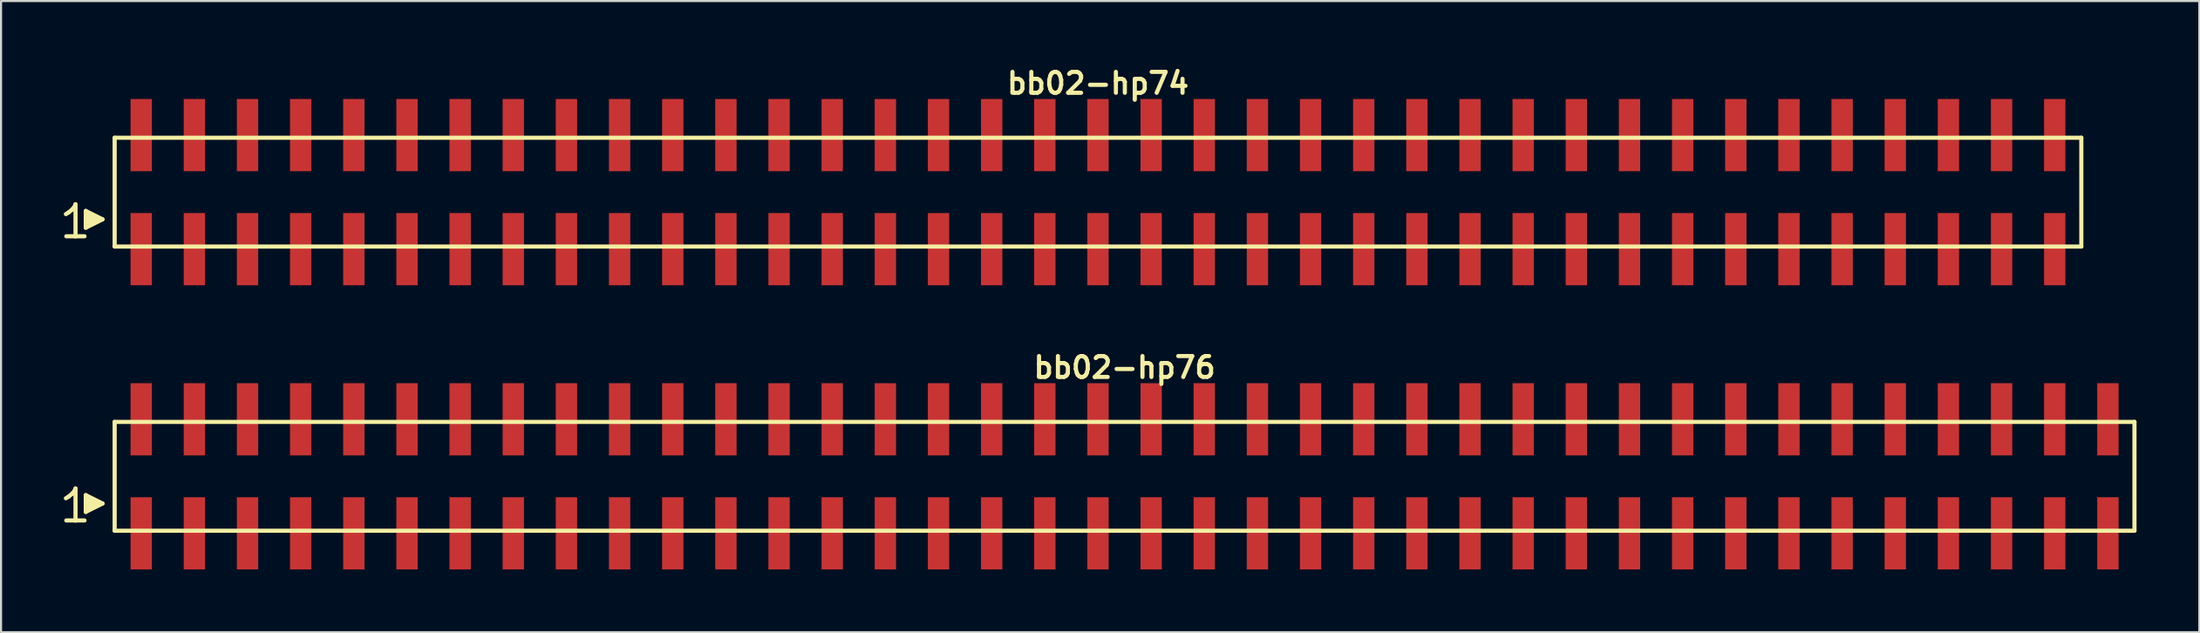
<source format=kicad_pcb>
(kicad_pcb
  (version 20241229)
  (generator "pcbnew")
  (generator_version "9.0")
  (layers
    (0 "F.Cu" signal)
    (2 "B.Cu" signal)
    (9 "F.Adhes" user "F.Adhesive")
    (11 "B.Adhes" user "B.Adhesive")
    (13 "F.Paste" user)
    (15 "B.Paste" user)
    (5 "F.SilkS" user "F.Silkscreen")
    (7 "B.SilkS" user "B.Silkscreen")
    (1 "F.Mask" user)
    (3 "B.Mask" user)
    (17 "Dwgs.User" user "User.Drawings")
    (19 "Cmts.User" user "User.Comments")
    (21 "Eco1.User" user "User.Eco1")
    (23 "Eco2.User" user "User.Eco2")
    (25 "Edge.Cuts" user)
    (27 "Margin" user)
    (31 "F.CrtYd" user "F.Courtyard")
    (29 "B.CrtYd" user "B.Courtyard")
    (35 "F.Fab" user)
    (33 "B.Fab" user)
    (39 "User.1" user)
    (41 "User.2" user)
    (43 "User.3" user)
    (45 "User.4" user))
  (footprint "bb02-hp76"
    (layer "F.Cu")
    (at 50.689 19.713)
    (property "Reference" "bb02-hp76" (at 0 -5.2 0) (layer "F.SilkS") (effects (font (size 0.998 0.998) (thickness 0.198))))
    (attr through_hole)
    (fp_line (start -50.59 1.05) (end -50.46 0.97) (stroke (width 0.198) (type solid)) (layer "F.SilkS"))
    (fp_line (start -50.46 0.97) (end -50.3 0.84) (stroke (width 0.198) (type solid)) (layer "F.SilkS"))
    (fp_line (start -50.3 0.84) (end -50.16 0.67) (stroke (width 0.198) (type solid)) (layer "F.SilkS"))
    (fp_line (start -50.16 0.67) (end -50.13 0.58) (stroke (width 0.198) (type solid)) (layer "F.SilkS"))
    (fp_line (start -50.13 0.58) (end -50.13 2.11) (stroke (width 0.198) (type solid)) (layer "F.SilkS"))
    (fp_line (start -50.13 2.11) (end -50.57 2.11) (stroke (width 0.198) (type solid)) (layer "F.SilkS"))
    (fp_line (start -49.7 2.11) (end -50.14 2.11) (stroke (width 0.198) (type solid)) (layer "F.SilkS"))
    (fp_line (start -49.64 0.9) (end -48.84 1.3) (stroke (width 0.198) (type solid)) (layer "F.SilkS"))
    (fp_line (start -49.64 1.7) (end -49.64 0.9) (stroke (width 0.198) (type solid)) (layer "F.SilkS"))
    (fp_line (start -49.54 1.6) (end -49.54 1) (stroke (width 0.198) (type solid)) (layer "F.SilkS"))
    (fp_line (start -49.44 1.1) (end -49.44 1.5) (stroke (width 0.198) (type solid)) (layer "F.SilkS"))
    (fp_line (start -49.34 1.5) (end -49.34 1.1) (stroke (width 0.198) (type solid)) (layer "F.SilkS"))
    (fp_line (start -49.24 1.2) (end -49.24 1.4) (stroke (width 0.198) (type solid)) (layer "F.SilkS"))
    (fp_line (start -49.14 1.4) (end -49.14 1.2) (stroke (width 0.198) (type solid)) (layer "F.SilkS"))
    (fp_line (start -48.84 1.3) (end -49.64 1.7) (stroke (width 0.198) (type solid)) (layer "F.SilkS"))
    (fp_line (start -48.26 -2.6) (end -48.26 2.6) (stroke (width 0.198) (type solid)) (layer "F.SilkS"))
    (fp_line (start -48.26 -2.6) (end 48.26 -2.6) (stroke (width 0.198) (type solid)) (layer "F.SilkS"))
    (fp_line (start 48.26 2.6) (end -48.26 2.6) (stroke (width 0.198) (type solid)) (layer "F.SilkS"))
    (fp_line (start 48.26 2.6) (end 48.26 -2.6) (stroke (width 0.198) (type solid)) (layer "F.SilkS"))
    (pad "1" smd rect (at -46.99 2.725) (size 1.02 3.45) (layers "F.Cu" "F.Mask" "F.Paste"))
    (pad "2" smd rect (at -46.99 -2.725) (size 1.02 3.45) (layers "F.Cu" "F.Mask" "F.Paste"))
    (pad "3" smd rect (at -44.45 2.725) (size 1.02 3.45) (layers "F.Cu" "F.Mask" "F.Paste"))
    (pad "4" smd rect (at -44.45 -2.725) (size 1.02 3.45) (layers "F.Cu" "F.Mask" "F.Paste"))
    (pad "5" smd rect (at -41.91 2.725) (size 1.02 3.45) (layers "F.Cu" "F.Mask" "F.Paste"))
    (pad "6" smd rect (at -41.91 -2.725) (size 1.02 3.45) (layers "F.Cu" "F.Mask" "F.Paste"))
    (pad "7" smd rect (at -39.37 2.725) (size 1.02 3.45) (layers "F.Cu" "F.Mask" "F.Paste"))
    (pad "8" smd rect (at -39.37 -2.725) (size 1.02 3.45) (layers "F.Cu" "F.Mask" "F.Paste"))
    (pad "9" smd rect (at -36.83 2.725) (size 1.02 3.45) (layers "F.Cu" "F.Mask" "F.Paste"))
    (pad "10" smd rect (at -36.83 -2.725) (size 1.02 3.45) (layers "F.Cu" "F.Mask" "F.Paste"))
    (pad "11" smd rect (at -34.29 2.725) (size 1.02 3.45) (layers "F.Cu" "F.Mask" "F.Paste"))
    (pad "12" smd rect (at -34.29 -2.725) (size 1.02 3.45) (layers "F.Cu" "F.Mask" "F.Paste"))
    (pad "13" smd rect (at -31.75 2.725) (size 1.02 3.45) (layers "F.Cu" "F.Mask" "F.Paste"))
    (pad "14" smd rect (at -31.75 -2.725) (size 1.02 3.45) (layers "F.Cu" "F.Mask" "F.Paste"))
    (pad "15" smd rect (at -29.21 2.725) (size 1.02 3.45) (layers "F.Cu" "F.Mask" "F.Paste"))
    (pad "16" smd rect (at -29.21 -2.725) (size 1.02 3.45) (layers "F.Cu" "F.Mask" "F.Paste"))
    (pad "17" smd rect (at -26.67 2.725) (size 1.02 3.45) (layers "F.Cu" "F.Mask" "F.Paste"))
    (pad "18" smd rect (at -26.67 -2.725) (size 1.02 3.45) (layers "F.Cu" "F.Mask" "F.Paste"))
    (pad "19" smd rect (at -24.13 2.725) (size 1.02 3.45) (layers "F.Cu" "F.Mask" "F.Paste"))
    (pad "20" smd rect (at -24.13 -2.725) (size 1.02 3.45) (layers "F.Cu" "F.Mask" "F.Paste"))
    (pad "21" smd rect (at -21.59 2.725) (size 1.02 3.45) (layers "F.Cu" "F.Mask" "F.Paste"))
    (pad "22" smd rect (at -21.59 -2.725) (size 1.02 3.45) (layers "F.Cu" "F.Mask" "F.Paste"))
    (pad "23" smd rect (at -19.05 2.725) (size 1.02 3.45) (layers "F.Cu" "F.Mask" "F.Paste"))
    (pad "24" smd rect (at -19.05 -2.725) (size 1.02 3.45) (layers "F.Cu" "F.Mask" "F.Paste"))
    (pad "25" smd rect (at -16.51 2.725) (size 1.02 3.45) (layers "F.Cu" "F.Mask" "F.Paste"))
    (pad "26" smd rect (at -16.51 -2.725) (size 1.02 3.45) (layers "F.Cu" "F.Mask" "F.Paste"))
    (pad "27" smd rect (at -13.97 2.725) (size 1.02 3.45) (layers "F.Cu" "F.Mask" "F.Paste"))
    (pad "28" smd rect (at -13.97 -2.725) (size 1.02 3.45) (layers "F.Cu" "F.Mask" "F.Paste"))
    (pad "29" smd rect (at -11.43 2.725) (size 1.02 3.45) (layers "F.Cu" "F.Mask" "F.Paste"))
    (pad "30" smd rect (at -11.43 -2.725) (size 1.02 3.45) (layers "F.Cu" "F.Mask" "F.Paste"))
    (pad "31" smd rect (at -8.89 2.725) (size 1.02 3.45) (layers "F.Cu" "F.Mask" "F.Paste"))
    (pad "32" smd rect (at -8.89 -2.725) (size 1.02 3.45) (layers "F.Cu" "F.Mask" "F.Paste"))
    (pad "33" smd rect (at -6.35 2.725) (size 1.02 3.45) (layers "F.Cu" "F.Mask" "F.Paste"))
    (pad "34" smd rect (at -6.35 -2.725) (size 1.02 3.45) (layers "F.Cu" "F.Mask" "F.Paste"))
    (pad "35" smd rect (at -3.81 2.725) (size 1.02 3.45) (layers "F.Cu" "F.Mask" "F.Paste"))
    (pad "36" smd rect (at -3.81 -2.725) (size 1.02 3.45) (layers "F.Cu" "F.Mask" "F.Paste"))
    (pad "37" smd rect (at -1.27 2.725) (size 1.02 3.45) (layers "F.Cu" "F.Mask" "F.Paste"))
    (pad "38" smd rect (at -1.27 -2.725) (size 1.02 3.45) (layers "F.Cu" "F.Mask" "F.Paste"))
    (pad "39" smd rect (at 1.27 2.725) (size 1.02 3.45) (layers "F.Cu" "F.Mask" "F.Paste"))
    (pad "40" smd rect (at 1.27 -2.725) (size 1.02 3.45) (layers "F.Cu" "F.Mask" "F.Paste"))
    (pad "41" smd rect (at 3.81 2.725) (size 1.02 3.45) (layers "F.Cu" "F.Mask" "F.Paste"))
    (pad "42" smd rect (at 3.81 -2.725) (size 1.02 3.45) (layers "F.Cu" "F.Mask" "F.Paste"))
    (pad "43" smd rect (at 6.35 2.725) (size 1.02 3.45) (layers "F.Cu" "F.Mask" "F.Paste"))
    (pad "44" smd rect (at 6.35 -2.725) (size 1.02 3.45) (layers "F.Cu" "F.Mask" "F.Paste"))
    (pad "45" smd rect (at 8.89 2.725) (size 1.02 3.45) (layers "F.Cu" "F.Mask" "F.Paste"))
    (pad "46" smd rect (at 8.89 -2.725) (size 1.02 3.45) (layers "F.Cu" "F.Mask" "F.Paste"))
    (pad "47" smd rect (at 11.43 2.725) (size 1.02 3.45) (layers "F.Cu" "F.Mask" "F.Paste"))
    (pad "48" smd rect (at 11.43 -2.725) (size 1.02 3.45) (layers "F.Cu" "F.Mask" "F.Paste"))
    (pad "49" smd rect (at 13.97 2.725) (size 1.02 3.45) (layers "F.Cu" "F.Mask" "F.Paste"))
    (pad "50" smd rect (at 13.97 -2.725) (size 1.02 3.45) (layers "F.Cu" "F.Mask" "F.Paste"))
    (pad "51" smd rect (at 16.51 2.725) (size 1.02 3.45) (layers "F.Cu" "F.Mask" "F.Paste"))
    (pad "52" smd rect (at 16.51 -2.725) (size 1.02 3.45) (layers "F.Cu" "F.Mask" "F.Paste"))
    (pad "53" smd rect (at 19.05 2.725) (size 1.02 3.45) (layers "F.Cu" "F.Mask" "F.Paste"))
    (pad "54" smd rect (at 19.05 -2.725) (size 1.02 3.45) (layers "F.Cu" "F.Mask" "F.Paste"))
    (pad "55" smd rect (at 21.59 2.725) (size 1.02 3.45) (layers "F.Cu" "F.Mask" "F.Paste"))
    (pad "56" smd rect (at 21.59 -2.725) (size 1.02 3.45) (layers "F.Cu" "F.Mask" "F.Paste"))
    (pad "57" smd rect (at 24.13 2.725) (size 1.02 3.45) (layers "F.Cu" "F.Mask" "F.Paste"))
    (pad "58" smd rect (at 24.13 -2.725) (size 1.02 3.45) (layers "F.Cu" "F.Mask" "F.Paste"))
    (pad "59" smd rect (at 26.67 2.725) (size 1.02 3.45) (layers "F.Cu" "F.Mask" "F.Paste"))
    (pad "60" smd rect (at 26.67 -2.725) (size 1.02 3.45) (layers "F.Cu" "F.Mask" "F.Paste"))
    (pad "61" smd rect (at 29.21 2.725) (size 1.02 3.45) (layers "F.Cu" "F.Mask" "F.Paste"))
    (pad "62" smd rect (at 29.21 -2.725) (size 1.02 3.45) (layers "F.Cu" "F.Mask" "F.Paste"))
    (pad "63" smd rect (at 31.75 2.725) (size 1.02 3.45) (layers "F.Cu" "F.Mask" "F.Paste"))
    (pad "64" smd rect (at 31.75 -2.725) (size 1.02 3.45) (layers "F.Cu" "F.Mask" "F.Paste"))
    (pad "65" smd rect (at 34.29 2.725) (size 1.02 3.45) (layers "F.Cu" "F.Mask" "F.Paste"))
    (pad "66" smd rect (at 34.29 -2.725) (size 1.02 3.45) (layers "F.Cu" "F.Mask" "F.Paste"))
    (pad "67" smd rect (at 36.83 2.725) (size 1.02 3.45) (layers "F.Cu" "F.Mask" "F.Paste"))
    (pad "68" smd rect (at 36.83 -2.725) (size 1.02 3.45) (layers "F.Cu" "F.Mask" "F.Paste"))
    (pad "69" smd rect (at 39.37 2.725) (size 1.02 3.45) (layers "F.Cu" "F.Mask" "F.Paste"))
    (pad "70" smd rect (at 39.37 -2.725) (size 1.02 3.45) (layers "F.Cu" "F.Mask" "F.Paste"))
    (pad "71" smd rect (at 41.91 2.725) (size 1.02 3.45) (layers "F.Cu" "F.Mask" "F.Paste"))
    (pad "72" smd rect (at 41.91 -2.725) (size 1.02 3.45) (layers "F.Cu" "F.Mask" "F.Paste"))
    (pad "73" smd rect (at 44.45 2.725) (size 1.02 3.45) (layers "F.Cu" "F.Mask" "F.Paste"))
    (pad "74" smd rect (at 44.45 -2.725) (size 1.02 3.45) (layers "F.Cu" "F.Mask" "F.Paste"))
    (pad "75" smd rect (at 46.99 2.725) (size 1.02 3.45) (layers "F.Cu" "F.Mask" "F.Paste"))
    (pad "76" smd rect (at 46.99 -2.725) (size 1.02 3.45) (layers "F.Cu" "F.Mask" "F.Paste")))
  (footprint "bb02-hp74"
    (layer "F.Cu")
    (at 49.419 6.132)
    (property "Reference" "bb02-hp74" (at 0 -5.2 0) (layer "F.SilkS") (effects (font (size 0.998 0.998) (thickness 0.198))))
    (attr through_hole)
    (fp_line (start -49.32 1.05) (end -49.19 0.97) (stroke (width 0.198) (type solid)) (layer "F.SilkS"))
    (fp_line (start -49.19 0.97) (end -49.03 0.84) (stroke (width 0.198) (type solid)) (layer "F.SilkS"))
    (fp_line (start -49.03 0.84) (end -48.89 0.67) (stroke (width 0.198) (type solid)) (layer "F.SilkS"))
    (fp_line (start -48.89 0.67) (end -48.86 0.58) (stroke (width 0.198) (type solid)) (layer "F.SilkS"))
    (fp_line (start -48.86 0.58) (end -48.86 2.11) (stroke (width 0.198) (type solid)) (layer "F.SilkS"))
    (fp_line (start -48.86 2.11) (end -49.3 2.11) (stroke (width 0.198) (type solid)) (layer "F.SilkS"))
    (fp_line (start -48.43 2.11) (end -48.87 2.11) (stroke (width 0.198) (type solid)) (layer "F.SilkS"))
    (fp_line (start -48.37 0.9) (end -47.57 1.3) (stroke (width 0.198) (type solid)) (layer "F.SilkS"))
    (fp_line (start -48.37 1.7) (end -48.37 0.9) (stroke (width 0.198) (type solid)) (layer "F.SilkS"))
    (fp_line (start -48.27 1.6) (end -48.27 1) (stroke (width 0.198) (type solid)) (layer "F.SilkS"))
    (fp_line (start -48.17 1.1) (end -48.17 1.5) (stroke (width 0.198) (type solid)) (layer "F.SilkS"))
    (fp_line (start -48.07 1.5) (end -48.07 1.1) (stroke (width 0.198) (type solid)) (layer "F.SilkS"))
    (fp_line (start -47.97 1.2) (end -47.97 1.4) (stroke (width 0.198) (type solid)) (layer "F.SilkS"))
    (fp_line (start -47.87 1.4) (end -47.87 1.2) (stroke (width 0.198) (type solid)) (layer "F.SilkS"))
    (fp_line (start -47.57 1.3) (end -48.37 1.7) (stroke (width 0.198) (type solid)) (layer "F.SilkS"))
    (fp_line (start -46.99 -2.6) (end -46.99 2.6) (stroke (width 0.198) (type solid)) (layer "F.SilkS"))
    (fp_line (start -46.99 -2.6) (end 46.99 -2.6) (stroke (width 0.198) (type solid)) (layer "F.SilkS"))
    (fp_line (start 46.99 2.6) (end -46.99 2.6) (stroke (width 0.198) (type solid)) (layer "F.SilkS"))
    (fp_line (start 46.99 2.6) (end 46.99 -2.6) (stroke (width 0.198) (type solid)) (layer "F.SilkS"))
    (pad "1" smd rect (at -45.72 2.725) (size 1.02 3.45) (layers "F.Cu" "F.Mask" "F.Paste"))
    (pad "2" smd rect (at -45.72 -2.725) (size 1.02 3.45) (layers "F.Cu" "F.Mask" "F.Paste"))
    (pad "3" smd rect (at -43.18 2.725) (size 1.02 3.45) (layers "F.Cu" "F.Mask" "F.Paste"))
    (pad "4" smd rect (at -43.18 -2.725) (size 1.02 3.45) (layers "F.Cu" "F.Mask" "F.Paste"))
    (pad "5" smd rect (at -40.64 2.725) (size 1.02 3.45) (layers "F.Cu" "F.Mask" "F.Paste"))
    (pad "6" smd rect (at -40.64 -2.725) (size 1.02 3.45) (layers "F.Cu" "F.Mask" "F.Paste"))
    (pad "7" smd rect (at -38.1 2.725) (size 1.02 3.45) (layers "F.Cu" "F.Mask" "F.Paste"))
    (pad "8" smd rect (at -38.1 -2.725) (size 1.02 3.45) (layers "F.Cu" "F.Mask" "F.Paste"))
    (pad "9" smd rect (at -35.56 2.725) (size 1.02 3.45) (layers "F.Cu" "F.Mask" "F.Paste"))
    (pad "10" smd rect (at -35.56 -2.725) (size 1.02 3.45) (layers "F.Cu" "F.Mask" "F.Paste"))
    (pad "11" smd rect (at -33.02 2.725) (size 1.02 3.45) (layers "F.Cu" "F.Mask" "F.Paste"))
    (pad "12" smd rect (at -33.02 -2.725) (size 1.02 3.45) (layers "F.Cu" "F.Mask" "F.Paste"))
    (pad "13" smd rect (at -30.48 2.725) (size 1.02 3.45) (layers "F.Cu" "F.Mask" "F.Paste"))
    (pad "14" smd rect (at -30.48 -2.725) (size 1.02 3.45) (layers "F.Cu" "F.Mask" "F.Paste"))
    (pad "15" smd rect (at -27.94 2.725) (size 1.02 3.45) (layers "F.Cu" "F.Mask" "F.Paste"))
    (pad "16" smd rect (at -27.94 -2.725) (size 1.02 3.45) (layers "F.Cu" "F.Mask" "F.Paste"))
    (pad "17" smd rect (at -25.4 2.725) (size 1.02 3.45) (layers "F.Cu" "F.Mask" "F.Paste"))
    (pad "18" smd rect (at -25.4 -2.725) (size 1.02 3.45) (layers "F.Cu" "F.Mask" "F.Paste"))
    (pad "19" smd rect (at -22.86 2.725) (size 1.02 3.45) (layers "F.Cu" "F.Mask" "F.Paste"))
    (pad "20" smd rect (at -22.86 -2.725) (size 1.02 3.45) (layers "F.Cu" "F.Mask" "F.Paste"))
    (pad "21" smd rect (at -20.32 2.725) (size 1.02 3.45) (layers "F.Cu" "F.Mask" "F.Paste"))
    (pad "22" smd rect (at -20.32 -2.725) (size 1.02 3.45) (layers "F.Cu" "F.Mask" "F.Paste"))
    (pad "23" smd rect (at -17.78 2.725) (size 1.02 3.45) (layers "F.Cu" "F.Mask" "F.Paste"))
    (pad "24" smd rect (at -17.78 -2.725) (size 1.02 3.45) (layers "F.Cu" "F.Mask" "F.Paste"))
    (pad "25" smd rect (at -15.24 2.725) (size 1.02 3.45) (layers "F.Cu" "F.Mask" "F.Paste"))
    (pad "26" smd rect (at -15.24 -2.725) (size 1.02 3.45) (layers "F.Cu" "F.Mask" "F.Paste"))
    (pad "27" smd rect (at -12.7 2.725) (size 1.02 3.45) (layers "F.Cu" "F.Mask" "F.Paste"))
    (pad "28" smd rect (at -12.7 -2.725) (size 1.02 3.45) (layers "F.Cu" "F.Mask" "F.Paste"))
    (pad "29" smd rect (at -10.16 2.725) (size 1.02 3.45) (layers "F.Cu" "F.Mask" "F.Paste"))
    (pad "30" smd rect (at -10.16 -2.725) (size 1.02 3.45) (layers "F.Cu" "F.Mask" "F.Paste"))
    (pad "31" smd rect (at -7.62 2.725) (size 1.02 3.45) (layers "F.Cu" "F.Mask" "F.Paste"))
    (pad "32" smd rect (at -7.62 -2.725) (size 1.02 3.45) (layers "F.Cu" "F.Mask" "F.Paste"))
    (pad "33" smd rect (at -5.08 2.725) (size 1.02 3.45) (layers "F.Cu" "F.Mask" "F.Paste"))
    (pad "34" smd rect (at -5.08 -2.725) (size 1.02 3.45) (layers "F.Cu" "F.Mask" "F.Paste"))
    (pad "35" smd rect (at -2.54 2.725) (size 1.02 3.45) (layers "F.Cu" "F.Mask" "F.Paste"))
    (pad "36" smd rect (at -2.54 -2.725) (size 1.02 3.45) (layers "F.Cu" "F.Mask" "F.Paste"))
    (pad "37" smd rect (at 0 2.725) (size 1.02 3.45) (layers "F.Cu" "F.Mask" "F.Paste"))
    (pad "38" smd rect (at 0 -2.725) (size 1.02 3.45) (layers "F.Cu" "F.Mask" "F.Paste"))
    (pad "39" smd rect (at 2.54 2.725) (size 1.02 3.45) (layers "F.Cu" "F.Mask" "F.Paste"))
    (pad "40" smd rect (at 2.54 -2.725) (size 1.02 3.45) (layers "F.Cu" "F.Mask" "F.Paste"))
    (pad "41" smd rect (at 5.08 2.725) (size 1.02 3.45) (layers "F.Cu" "F.Mask" "F.Paste"))
    (pad "42" smd rect (at 5.08 -2.725) (size 1.02 3.45) (layers "F.Cu" "F.Mask" "F.Paste"))
    (pad "43" smd rect (at 7.62 2.725) (size 1.02 3.45) (layers "F.Cu" "F.Mask" "F.Paste"))
    (pad "44" smd rect (at 7.62 -2.725) (size 1.02 3.45) (layers "F.Cu" "F.Mask" "F.Paste"))
    (pad "45" smd rect (at 10.16 2.725) (size 1.02 3.45) (layers "F.Cu" "F.Mask" "F.Paste"))
    (pad "46" smd rect (at 10.16 -2.725) (size 1.02 3.45) (layers "F.Cu" "F.Mask" "F.Paste"))
    (pad "47" smd rect (at 12.7 2.725) (size 1.02 3.45) (layers "F.Cu" "F.Mask" "F.Paste"))
    (pad "48" smd rect (at 12.7 -2.725) (size 1.02 3.45) (layers "F.Cu" "F.Mask" "F.Paste"))
    (pad "49" smd rect (at 15.24 2.725) (size 1.02 3.45) (layers "F.Cu" "F.Mask" "F.Paste"))
    (pad "50" smd rect (at 15.24 -2.725) (size 1.02 3.45) (layers "F.Cu" "F.Mask" "F.Paste"))
    (pad "51" smd rect (at 17.78 2.725) (size 1.02 3.45) (layers "F.Cu" "F.Mask" "F.Paste"))
    (pad "52" smd rect (at 17.78 -2.725) (size 1.02 3.45) (layers "F.Cu" "F.Mask" "F.Paste"))
    (pad "53" smd rect (at 20.32 2.725) (size 1.02 3.45) (layers "F.Cu" "F.Mask" "F.Paste"))
    (pad "54" smd rect (at 20.32 -2.725) (size 1.02 3.45) (layers "F.Cu" "F.Mask" "F.Paste"))
    (pad "55" smd rect (at 22.86 2.725) (size 1.02 3.45) (layers "F.Cu" "F.Mask" "F.Paste"))
    (pad "56" smd rect (at 22.86 -2.725) (size 1.02 3.45) (layers "F.Cu" "F.Mask" "F.Paste"))
    (pad "57" smd rect (at 25.4 2.725) (size 1.02 3.45) (layers "F.Cu" "F.Mask" "F.Paste"))
    (pad "58" smd rect (at 25.4 -2.725) (size 1.02 3.45) (layers "F.Cu" "F.Mask" "F.Paste"))
    (pad "59" smd rect (at 27.94 2.725) (size 1.02 3.45) (layers "F.Cu" "F.Mask" "F.Paste"))
    (pad "60" smd rect (at 27.94 -2.725) (size 1.02 3.45) (layers "F.Cu" "F.Mask" "F.Paste"))
    (pad "61" smd rect (at 30.48 2.725) (size 1.02 3.45) (layers "F.Cu" "F.Mask" "F.Paste"))
    (pad "62" smd rect (at 30.48 -2.725) (size 1.02 3.45) (layers "F.Cu" "F.Mask" "F.Paste"))
    (pad "63" smd rect (at 33.02 2.725) (size 1.02 3.45) (layers "F.Cu" "F.Mask" "F.Paste"))
    (pad "64" smd rect (at 33.02 -2.725) (size 1.02 3.45) (layers "F.Cu" "F.Mask" "F.Paste"))
    (pad "65" smd rect (at 35.56 2.725) (size 1.02 3.45) (layers "F.Cu" "F.Mask" "F.Paste"))
    (pad "66" smd rect (at 35.56 -2.725) (size 1.02 3.45) (layers "F.Cu" "F.Mask" "F.Paste"))
    (pad "67" smd rect (at 38.1 2.725) (size 1.02 3.45) (layers "F.Cu" "F.Mask" "F.Paste"))
    (pad "68" smd rect (at 38.1 -2.725) (size 1.02 3.45) (layers "F.Cu" "F.Mask" "F.Paste"))
    (pad "69" smd rect (at 40.64 2.725) (size 1.02 3.45) (layers "F.Cu" "F.Mask" "F.Paste"))
    (pad "70" smd rect (at 40.64 -2.725) (size 1.02 3.45) (layers "F.Cu" "F.Mask" "F.Paste"))
    (pad "71" smd rect (at 43.18 2.725) (size 1.02 3.45) (layers "F.Cu" "F.Mask" "F.Paste"))
    (pad "72" smd rect (at 43.18 -2.725) (size 1.02 3.45) (layers "F.Cu" "F.Mask" "F.Paste"))
    (pad "73" smd rect (at 45.72 2.725) (size 1.02 3.45) (layers "F.Cu" "F.Mask" "F.Paste"))
    (pad "74" smd rect (at 45.72 -2.725) (size 1.02 3.45) (layers "F.Cu" "F.Mask" "F.Paste")))
  (gr_rect
    (start -3 -3)
    (end 102.048 27.163)
    (stroke (width 0.1) (type default))
    (fill no)
    (layer "Edge.Cuts")))
</source>
